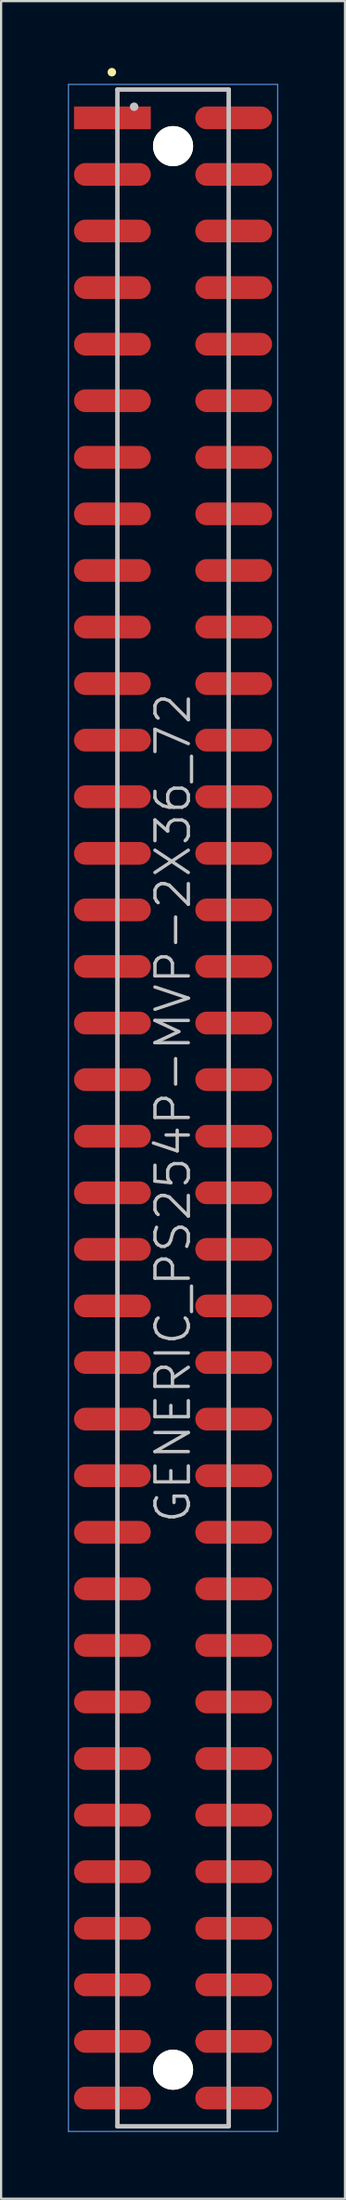
<source format=kicad_pcb>
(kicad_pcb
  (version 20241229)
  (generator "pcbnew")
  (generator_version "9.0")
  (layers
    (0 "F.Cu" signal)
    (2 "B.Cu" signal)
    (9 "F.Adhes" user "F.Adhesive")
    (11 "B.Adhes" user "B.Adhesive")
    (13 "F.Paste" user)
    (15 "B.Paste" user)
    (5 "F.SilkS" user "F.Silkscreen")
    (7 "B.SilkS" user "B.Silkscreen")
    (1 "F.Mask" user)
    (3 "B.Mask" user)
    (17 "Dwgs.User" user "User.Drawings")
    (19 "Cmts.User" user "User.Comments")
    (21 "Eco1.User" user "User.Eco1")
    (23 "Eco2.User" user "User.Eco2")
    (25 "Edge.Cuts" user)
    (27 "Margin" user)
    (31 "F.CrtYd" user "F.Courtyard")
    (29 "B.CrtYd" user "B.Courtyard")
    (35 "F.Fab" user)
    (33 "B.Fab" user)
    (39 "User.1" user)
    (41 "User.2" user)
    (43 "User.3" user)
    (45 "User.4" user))
  (footprint "GENERIC_PS254P-MVP-2X36_72"
    (layer "F.Cu")
    (at 4.725 46.691)
    (property "Reference" "GENERIC_PS254P-MVP-2X36_72" (at 0 0 90) (layer "Dwgs.User") (effects (font (size 1.5 1.5) (thickness 0.15))))
    (attr smd)
    (fp_line (start -2.75 -46.5) (end -2.75 -46.5) (stroke (width 0.381) (type solid)) (layer "F.SilkS"))
    (fp_line (start -2.5 -45.72) (end -2.5 45.72) (stroke (width 0.2) (type solid)) (layer "Dwgs.User"))
    (fp_line (start -2.5 -45.72) (end 2.5 -45.72) (stroke (width 0.2) (type solid)) (layer "Dwgs.User"))
    (fp_line (start -2.5 45.72) (end 2.5 45.72) (stroke (width 0.2) (type solid)) (layer "Dwgs.User"))
    (fp_line (start -1.75 -44.95) (end -1.75 -44.95) (stroke (width 0.381) (type solid)) (layer "Dwgs.User"))
    (fp_line (start 2.5 -45.72) (end 2.5 45.72) (stroke (width 0.2) (type solid)) (layer "Dwgs.User"))
    (fp_line (start -4.7 -45.95) (end -4.7 45.95) (stroke (width 0.05) (type solid)) (layer "Cmts.User"))
    (fp_line (start -4.7 -45.95) (end 4.7 -45.95) (stroke (width 0.05) (type solid)) (layer "Cmts.User"))
    (fp_line (start -4.7 45.95) (end 4.7 45.95) (stroke (width 0.05) (type solid)) (layer "Cmts.User"))
    (fp_line (start 4.7 -45.95) (end 4.7 45.95) (stroke (width 0.05) (type solid)) (layer "Cmts.User"))
    (pad "" np_thru_hole circle (at 0 -43.18 270) (size 1.8 1.8) (drill 1.8) (layers "*.Cu" "*.Mask" "F.SilkS"))
    (pad "" np_thru_hole circle (at 0 43.18 270) (size 1.8 1.8) (drill 1.8) (layers "*.Cu" "*.Mask" "F.SilkS"))
    (pad "1" smd rect (at -2.725 -44.45 270) (size 1.02 3.45) (layers "F.Cu" "F.Mask" "F.Paste"))
    (pad "2" smd oval (at 2.725 -44.45 270) (size 1.02 3.45) (layers "F.Cu" "F.Mask" "F.Paste"))
    (pad "3" smd oval (at -2.725 -41.91 270) (size 1.02 3.45) (layers "F.Cu" "F.Mask" "F.Paste"))
    (pad "4" smd oval (at 2.725 -41.91 270) (size 1.02 3.45) (layers "F.Cu" "F.Mask" "F.Paste"))
    (pad "5" smd oval (at -2.725 -39.37 270) (size 1.02 3.45) (layers "F.Cu" "F.Mask" "F.Paste"))
    (pad "6" smd oval (at 2.725 -39.37 270) (size 1.02 3.45) (layers "F.Cu" "F.Mask" "F.Paste"))
    (pad "7" smd oval (at -2.725 -36.83 270) (size 1.02 3.45) (layers "F.Cu" "F.Mask" "F.Paste"))
    (pad "8" smd oval (at 2.725 -36.83 270) (size 1.02 3.45) (layers "F.Cu" "F.Mask" "F.Paste"))
    (pad "9" smd oval (at -2.725 -34.29 270) (size 1.02 3.45) (layers "F.Cu" "F.Mask" "F.Paste"))
    (pad "10" smd oval (at 2.725 -34.29 270) (size 1.02 3.45) (layers "F.Cu" "F.Mask" "F.Paste"))
    (pad "11" smd oval (at -2.725 -31.75 270) (size 1.02 3.45) (layers "F.Cu" "F.Mask" "F.Paste"))
    (pad "12" smd oval (at 2.725 -31.75 270) (size 1.02 3.45) (layers "F.Cu" "F.Mask" "F.Paste"))
    (pad "13" smd oval (at -2.725 -29.21 270) (size 1.02 3.45) (layers "F.Cu" "F.Mask" "F.Paste"))
    (pad "14" smd oval (at 2.725 -29.21 270) (size 1.02 3.45) (layers "F.Cu" "F.Mask" "F.Paste"))
    (pad "15" smd oval (at -2.725 -26.67 270) (size 1.02 3.45) (layers "F.Cu" "F.Mask" "F.Paste"))
    (pad "16" smd oval (at 2.725 -26.67 270) (size 1.02 3.45) (layers "F.Cu" "F.Mask" "F.Paste"))
    (pad "17" smd oval (at -2.725 -24.13 270) (size 1.02 3.45) (layers "F.Cu" "F.Mask" "F.Paste"))
    (pad "18" smd oval (at 2.725 -24.13 270) (size 1.02 3.45) (layers "F.Cu" "F.Mask" "F.Paste"))
    (pad "19" smd oval (at -2.725 -21.59 270) (size 1.02 3.45) (layers "F.Cu" "F.Mask" "F.Paste"))
    (pad "20" smd oval (at 2.725 -21.59 270) (size 1.02 3.45) (layers "F.Cu" "F.Mask" "F.Paste"))
    (pad "21" smd oval (at -2.725 -19.05 270) (size 1.02 3.45) (layers "F.Cu" "F.Mask" "F.Paste"))
    (pad "22" smd oval (at 2.725 -19.05 270) (size 1.02 3.45) (layers "F.Cu" "F.Mask" "F.Paste"))
    (pad "23" smd oval (at -2.725 -16.51 270) (size 1.02 3.45) (layers "F.Cu" "F.Mask" "F.Paste"))
    (pad "24" smd oval (at 2.725 -16.51 270) (size 1.02 3.45) (layers "F.Cu" "F.Mask" "F.Paste"))
    (pad "25" smd oval (at -2.725 -13.97 270) (size 1.02 3.45) (layers "F.Cu" "F.Mask" "F.Paste"))
    (pad "26" smd oval (at 2.725 -13.97 270) (size 1.02 3.45) (layers "F.Cu" "F.Mask" "F.Paste"))
    (pad "27" smd oval (at -2.725 -11.43 270) (size 1.02 3.45) (layers "F.Cu" "F.Mask" "F.Paste"))
    (pad "28" smd oval (at 2.725 -11.43 270) (size 1.02 3.45) (layers "F.Cu" "F.Mask" "F.Paste"))
    (pad "29" smd oval (at -2.725 -8.89 270) (size 1.02 3.45) (layers "F.Cu" "F.Mask" "F.Paste"))
    (pad "30" smd oval (at 2.725 -8.89 270) (size 1.02 3.45) (layers "F.Cu" "F.Mask" "F.Paste"))
    (pad "31" smd oval (at -2.725 -6.35 270) (size 1.02 3.45) (layers "F.Cu" "F.Mask" "F.Paste"))
    (pad "32" smd oval (at 2.725 -6.35 270) (size 1.02 3.45) (layers "F.Cu" "F.Mask" "F.Paste"))
    (pad "33" smd oval (at -2.725 -3.81 270) (size 1.02 3.45) (layers "F.Cu" "F.Mask" "F.Paste"))
    (pad "34" smd oval (at 2.725 -3.81 270) (size 1.02 3.45) (layers "F.Cu" "F.Mask" "F.Paste"))
    (pad "35" smd oval (at -2.725 -1.27 270) (size 1.02 3.45) (layers "F.Cu" "F.Mask" "F.Paste"))
    (pad "36" smd oval (at 2.725 -1.27 270) (size 1.02 3.45) (layers "F.Cu" "F.Mask" "F.Paste"))
    (pad "37" smd oval (at -2.725 1.27 270) (size 1.02 3.45) (layers "F.Cu" "F.Mask" "F.Paste"))
    (pad "38" smd oval (at 2.725 1.27 270) (size 1.02 3.45) (layers "F.Cu" "F.Mask" "F.Paste"))
    (pad "39" smd oval (at -2.725 3.81 270) (size 1.02 3.45) (layers "F.Cu" "F.Mask" "F.Paste"))
    (pad "40" smd oval (at 2.725 3.81 270) (size 1.02 3.45) (layers "F.Cu" "F.Mask" "F.Paste"))
    (pad "41" smd oval (at -2.725 6.35 270) (size 1.02 3.45) (layers "F.Cu" "F.Mask" "F.Paste"))
    (pad "42" smd oval (at 2.725 6.35 270) (size 1.02 3.45) (layers "F.Cu" "F.Mask" "F.Paste"))
    (pad "43" smd oval (at -2.725 8.89 270) (size 1.02 3.45) (layers "F.Cu" "F.Mask" "F.Paste"))
    (pad "44" smd oval (at 2.725 8.89 270) (size 1.02 3.45) (layers "F.Cu" "F.Mask" "F.Paste"))
    (pad "45" smd oval (at -2.725 11.43 270) (size 1.02 3.45) (layers "F.Cu" "F.Mask" "F.Paste"))
    (pad "46" smd oval (at 2.725 11.43 270) (size 1.02 3.45) (layers "F.Cu" "F.Mask" "F.Paste"))
    (pad "47" smd oval (at -2.725 13.97 270) (size 1.02 3.45) (layers "F.Cu" "F.Mask" "F.Paste"))
    (pad "48" smd oval (at 2.725 13.97 270) (size 1.02 3.45) (layers "F.Cu" "F.Mask" "F.Paste"))
    (pad "49" smd oval (at -2.725 16.51 270) (size 1.02 3.45) (layers "F.Cu" "F.Mask" "F.Paste"))
    (pad "50" smd oval (at 2.725 16.51 270) (size 1.02 3.45) (layers "F.Cu" "F.Mask" "F.Paste"))
    (pad "51" smd oval (at -2.725 19.05 270) (size 1.02 3.45) (layers "F.Cu" "F.Mask" "F.Paste"))
    (pad "52" smd oval (at 2.725 19.05 270) (size 1.02 3.45) (layers "F.Cu" "F.Mask" "F.Paste"))
    (pad "53" smd oval (at -2.725 21.59 270) (size 1.02 3.45) (layers "F.Cu" "F.Mask" "F.Paste"))
    (pad "54" smd oval (at 2.725 21.59 270) (size 1.02 3.45) (layers "F.Cu" "F.Mask" "F.Paste"))
    (pad "55" smd oval (at -2.725 24.13 270) (size 1.02 3.45) (layers "F.Cu" "F.Mask" "F.Paste"))
    (pad "56" smd oval (at 2.725 24.13 270) (size 1.02 3.45) (layers "F.Cu" "F.Mask" "F.Paste"))
    (pad "57" smd oval (at -2.725 26.67 270) (size 1.02 3.45) (layers "F.Cu" "F.Mask" "F.Paste"))
    (pad "58" smd oval (at 2.725 26.67 270) (size 1.02 3.45) (layers "F.Cu" "F.Mask" "F.Paste"))
    (pad "59" smd oval (at -2.725 29.21 270) (size 1.02 3.45) (layers "F.Cu" "F.Mask" "F.Paste"))
    (pad "60" smd oval (at 2.725 29.21 270) (size 1.02 3.45) (layers "F.Cu" "F.Mask" "F.Paste"))
    (pad "61" smd oval (at -2.725 31.75 270) (size 1.02 3.45) (layers "F.Cu" "F.Mask" "F.Paste"))
    (pad "62" smd oval (at 2.725 31.75 270) (size 1.02 3.45) (layers "F.Cu" "F.Mask" "F.Paste"))
    (pad "63" smd oval (at -2.725 34.29 270) (size 1.02 3.45) (layers "F.Cu" "F.Mask" "F.Paste"))
    (pad "64" smd oval (at 2.725 34.29 270) (size 1.02 3.45) (layers "F.Cu" "F.Mask" "F.Paste"))
    (pad "65" smd oval (at -2.725 36.83 270) (size 1.02 3.45) (layers "F.Cu" "F.Mask" "F.Paste"))
    (pad "66" smd oval (at 2.725 36.83 270) (size 1.02 3.45) (layers "F.Cu" "F.Mask" "F.Paste"))
    (pad "67" smd oval (at -2.725 39.37 270) (size 1.02 3.45) (layers "F.Cu" "F.Mask" "F.Paste"))
    (pad "68" smd oval (at 2.725 39.37 270) (size 1.02 3.45) (layers "F.Cu" "F.Mask" "F.Paste"))
    (pad "69" smd oval (at -2.725 41.91 270) (size 1.02 3.45) (layers "F.Cu" "F.Mask" "F.Paste"))
    (pad "70" smd oval (at 2.725 41.91 270) (size 1.02 3.45) (layers "F.Cu" "F.Mask" "F.Paste"))
    (pad "71" smd oval (at -2.725 44.45 270) (size 1.02 3.45) (layers "F.Cu" "F.Mask" "F.Paste"))
    (pad "72" smd oval (at 2.725 44.45 270) (size 1.02 3.45) (layers "F.Cu" "F.Mask" "F.Paste")))
  (gr_rect
    (start -3 -3)
    (end 12.45 95.665)
    (stroke (width 0.1) (type default))
    (fill no)
    (layer "Edge.Cuts")))
</source>
